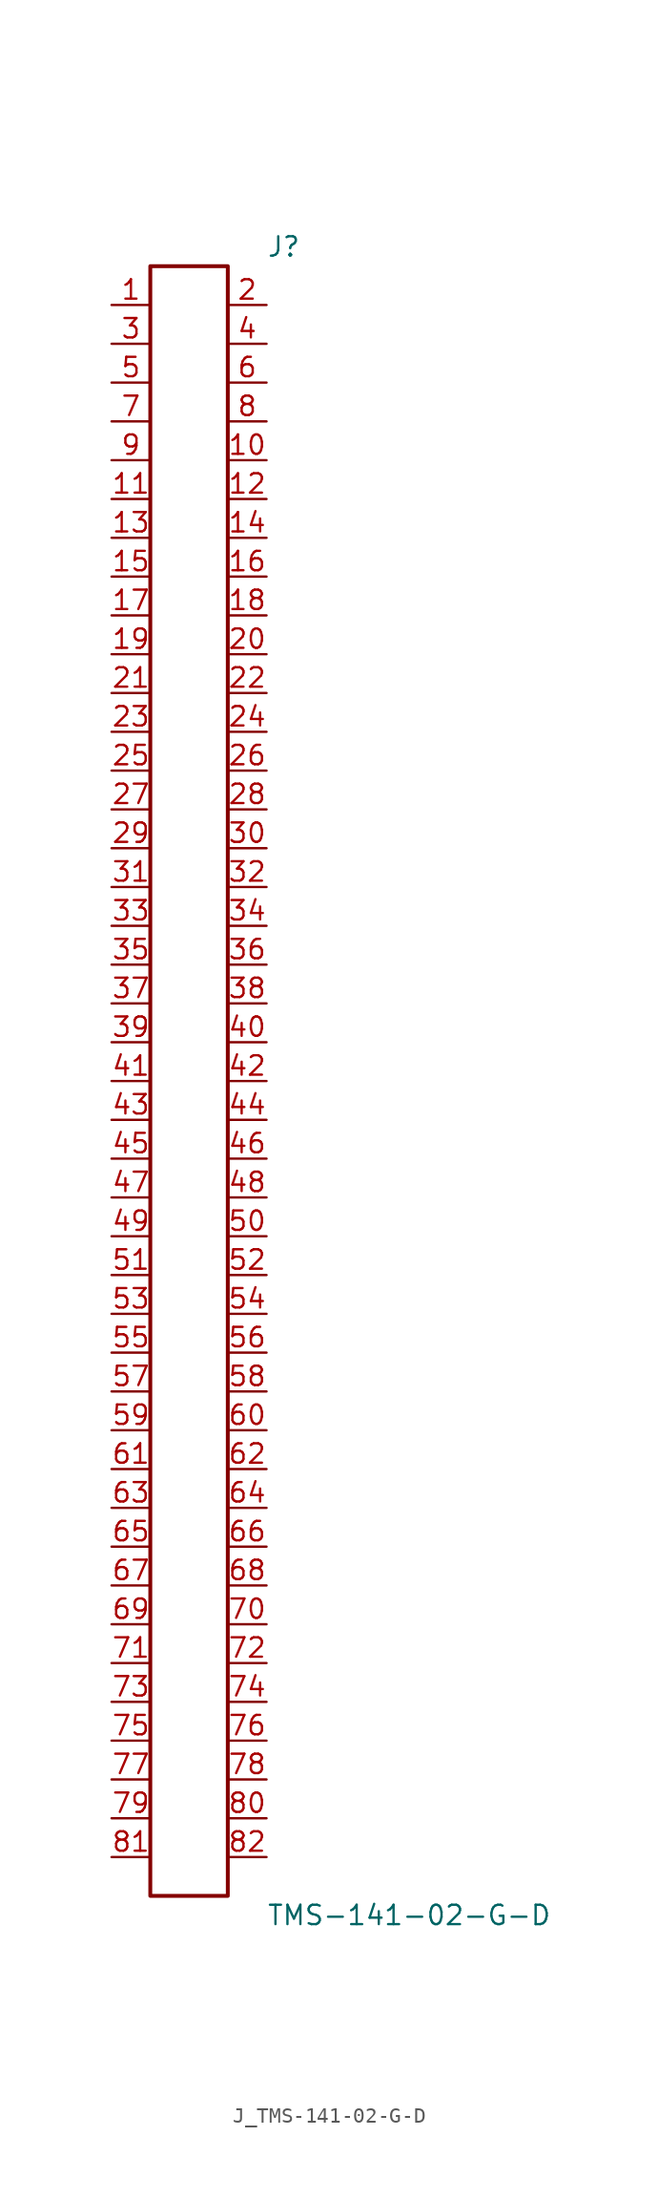
<source format=kicad_sym>
(kicad_symbol_lib
  (version 20231120)
  (generator kicad_symbol_editor)
  (generator_version 8.0)
  (symbol "J_TMS-141-02-G-D"
    (pin_names
      (offset 0.254))
    (property "Reference" "J"
      (at 5.08 54.61 0)
      (effects (font (size 1.27 1.27)) (justify left)))
    (property "Value" "TMS-141-02-G-D"
      (at 5.08 -54.61 0)
      (effects (font (size 1.27 1.27)) (justify left)))
    (symbol "J_TMS-141-02-G-D_0_0"
      (pin unspecified line (at -5.08 50.8 0) (length 2.54) (name "" (effects (font (size 1.27 1.27)))) (number "1" (effects (font (size 1.27 1.27)))))
      (pin unspecified line (at 5.08 50.8 180) (length 2.54) (name "" (effects (font (size 1.27 1.27)))) (number "2" (effects (font (size 1.27 1.27)))))
      (pin unspecified line (at -5.08 48.26 0) (length 2.54) (name "" (effects (font (size 1.27 1.27)))) (number "3" (effects (font (size 1.27 1.27)))))
      (pin unspecified line (at 5.08 48.26 180) (length 2.54) (name "" (effects (font (size 1.27 1.27)))) (number "4" (effects (font (size 1.27 1.27)))))
      (pin unspecified line (at -5.08 45.72 0) (length 2.54) (name "" (effects (font (size 1.27 1.27)))) (number "5" (effects (font (size 1.27 1.27)))))
      (pin unspecified line (at 5.08 45.72 180) (length 2.54) (name "" (effects (font (size 1.27 1.27)))) (number "6" (effects (font (size 1.27 1.27)))))
      (pin unspecified line (at -5.08 43.18 0) (length 2.54) (name "" (effects (font (size 1.27 1.27)))) (number "7" (effects (font (size 1.27 1.27)))))
      (pin unspecified line (at 5.08 43.18 180) (length 2.54) (name "" (effects (font (size 1.27 1.27)))) (number "8" (effects (font (size 1.27 1.27)))))
      (pin unspecified line (at -5.08 40.64 0) (length 2.54) (name "" (effects (font (size 1.27 1.27)))) (number "9" (effects (font (size 1.27 1.27)))))
      (pin unspecified line (at 5.08 40.64 180) (length 2.54) (name "" (effects (font (size 1.27 1.27)))) (number "10" (effects (font (size 1.27 1.27)))))
      (pin unspecified line (at -5.08 38.1 0) (length 2.54) (name "" (effects (font (size 1.27 1.27)))) (number "11" (effects (font (size 1.27 1.27)))))
      (pin unspecified line (at 5.08 38.1 180) (length 2.54) (name "" (effects (font (size 1.27 1.27)))) (number "12" (effects (font (size 1.27 1.27)))))
      (pin unspecified line (at -5.08 35.56 0) (length 2.54) (name "" (effects (font (size 1.27 1.27)))) (number "13" (effects (font (size 1.27 1.27)))))
      (pin unspecified line (at 5.08 35.56 180) (length 2.54) (name "" (effects (font (size 1.27 1.27)))) (number "14" (effects (font (size 1.27 1.27)))))
      (pin unspecified line (at -5.08 33.02 0) (length 2.54) (name "" (effects (font (size 1.27 1.27)))) (number "15" (effects (font (size 1.27 1.27)))))
      (pin unspecified line (at 5.08 33.02 180) (length 2.54) (name "" (effects (font (size 1.27 1.27)))) (number "16" (effects (font (size 1.27 1.27)))))
      (pin unspecified line (at -5.08 30.48 0) (length 2.54) (name "" (effects (font (size 1.27 1.27)))) (number "17" (effects (font (size 1.27 1.27)))))
      (pin unspecified line (at 5.08 30.48 180) (length 2.54) (name "" (effects (font (size 1.27 1.27)))) (number "18" (effects (font (size 1.27 1.27)))))
      (pin unspecified line (at -5.08 27.94 0) (length 2.54) (name "" (effects (font (size 1.27 1.27)))) (number "19" (effects (font (size 1.27 1.27)))))
      (pin unspecified line (at 5.08 27.94 180) (length 2.54) (name "" (effects (font (size 1.27 1.27)))) (number "20" (effects (font (size 1.27 1.27)))))
      (pin unspecified line (at -5.08 25.4 0) (length 2.54) (name "" (effects (font (size 1.27 1.27)))) (number "21" (effects (font (size 1.27 1.27)))))
      (pin unspecified line (at 5.08 25.4 180) (length 2.54) (name "" (effects (font (size 1.27 1.27)))) (number "22" (effects (font (size 1.27 1.27)))))
      (pin unspecified line (at -5.08 22.86 0) (length 2.54) (name "" (effects (font (size 1.27 1.27)))) (number "23" (effects (font (size 1.27 1.27)))))
      (pin unspecified line (at 5.08 22.86 180) (length 2.54) (name "" (effects (font (size 1.27 1.27)))) (number "24" (effects (font (size 1.27 1.27)))))
      (pin unspecified line (at -5.08 20.32 0) (length 2.54) (name "" (effects (font (size 1.27 1.27)))) (number "25" (effects (font (size 1.27 1.27)))))
      (pin unspecified line (at 5.08 20.32 180) (length 2.54) (name "" (effects (font (size 1.27 1.27)))) (number "26" (effects (font (size 1.27 1.27)))))
      (pin unspecified line (at -5.08 17.78 0) (length 2.54) (name "" (effects (font (size 1.27 1.27)))) (number "27" (effects (font (size 1.27 1.27)))))
      (pin unspecified line (at 5.08 17.78 180) (length 2.54) (name "" (effects (font (size 1.27 1.27)))) (number "28" (effects (font (size 1.27 1.27)))))
      (pin unspecified line (at -5.08 15.24 0) (length 2.54) (name "" (effects (font (size 1.27 1.27)))) (number "29" (effects (font (size 1.27 1.27)))))
      (pin unspecified line (at 5.08 15.24 180) (length 2.54) (name "" (effects (font (size 1.27 1.27)))) (number "30" (effects (font (size 1.27 1.27)))))
      (pin unspecified line (at -5.08 12.7 0) (length 2.54) (name "" (effects (font (size 1.27 1.27)))) (number "31" (effects (font (size 1.27 1.27)))))
      (pin unspecified line (at 5.08 12.7 180) (length 2.54) (name "" (effects (font (size 1.27 1.27)))) (number "32" (effects (font (size 1.27 1.27)))))
      (pin unspecified line (at -5.08 10.16 0) (length 2.54) (name "" (effects (font (size 1.27 1.27)))) (number "33" (effects (font (size 1.27 1.27)))))
      (pin unspecified line (at 5.08 10.16 180) (length 2.54) (name "" (effects (font (size 1.27 1.27)))) (number "34" (effects (font (size 1.27 1.27)))))
      (pin unspecified line (at -5.08 7.62 0) (length 2.54) (name "" (effects (font (size 1.27 1.27)))) (number "35" (effects (font (size 1.27 1.27)))))
      (pin unspecified line (at 5.08 7.62 180) (length 2.54) (name "" (effects (font (size 1.27 1.27)))) (number "36" (effects (font (size 1.27 1.27)))))
      (pin unspecified line (at -5.08 5.08 0) (length 2.54) (name "" (effects (font (size 1.27 1.27)))) (number "37" (effects (font (size 1.27 1.27)))))
      (pin unspecified line (at 5.08 5.08 180) (length 2.54) (name "" (effects (font (size 1.27 1.27)))) (number "38" (effects (font (size 1.27 1.27)))))
      (pin unspecified line (at -5.08 2.54 0) (length 2.54) (name "" (effects (font (size 1.27 1.27)))) (number "39" (effects (font (size 1.27 1.27)))))
      (pin unspecified line (at 5.08 2.54 180) (length 2.54) (name "" (effects (font (size 1.27 1.27)))) (number "40" (effects (font (size 1.27 1.27)))))
      (pin unspecified line (at -5.08 0.0 0) (length 2.54) (name "" (effects (font (size 1.27 1.27)))) (number "41" (effects (font (size 1.27 1.27)))))
      (pin unspecified line (at 5.08 0.0 180) (length 2.54) (name "" (effects (font (size 1.27 1.27)))) (number "42" (effects (font (size 1.27 1.27)))))
      (pin unspecified line (at -5.08 -2.54 0) (length 2.54) (name "" (effects (font (size 1.27 1.27)))) (number "43" (effects (font (size 1.27 1.27)))))
      (pin unspecified line (at 5.08 -2.54 180) (length 2.54) (name "" (effects (font (size 1.27 1.27)))) (number "44" (effects (font (size 1.27 1.27)))))
      (pin unspecified line (at -5.08 -5.08 0) (length 2.54) (name "" (effects (font (size 1.27 1.27)))) (number "45" (effects (font (size 1.27 1.27)))))
      (pin unspecified line (at 5.08 -5.08 180) (length 2.54) (name "" (effects (font (size 1.27 1.27)))) (number "46" (effects (font (size 1.27 1.27)))))
      (pin unspecified line (at -5.08 -7.62 0) (length 2.54) (name "" (effects (font (size 1.27 1.27)))) (number "47" (effects (font (size 1.27 1.27)))))
      (pin unspecified line (at 5.08 -7.62 180) (length 2.54) (name "" (effects (font (size 1.27 1.27)))) (number "48" (effects (font (size 1.27 1.27)))))
      (pin unspecified line (at -5.08 -10.16 0) (length 2.54) (name "" (effects (font (size 1.27 1.27)))) (number "49" (effects (font (size 1.27 1.27)))))
      (pin unspecified line (at 5.08 -10.16 180) (length 2.54) (name "" (effects (font (size 1.27 1.27)))) (number "50" (effects (font (size 1.27 1.27)))))
      (pin unspecified line (at -5.08 -12.7 0) (length 2.54) (name "" (effects (font (size 1.27 1.27)))) (number "51" (effects (font (size 1.27 1.27)))))
      (pin unspecified line (at 5.08 -12.7 180) (length 2.54) (name "" (effects (font (size 1.27 1.27)))) (number "52" (effects (font (size 1.27 1.27)))))
      (pin unspecified line (at -5.08 -15.24 0) (length 2.54) (name "" (effects (font (size 1.27 1.27)))) (number "53" (effects (font (size 1.27 1.27)))))
      (pin unspecified line (at 5.08 -15.24 180) (length 2.54) (name "" (effects (font (size 1.27 1.27)))) (number "54" (effects (font (size 1.27 1.27)))))
      (pin unspecified line (at -5.08 -17.78 0) (length 2.54) (name "" (effects (font (size 1.27 1.27)))) (number "55" (effects (font (size 1.27 1.27)))))
      (pin unspecified line (at 5.08 -17.78 180) (length 2.54) (name "" (effects (font (size 1.27 1.27)))) (number "56" (effects (font (size 1.27 1.27)))))
      (pin unspecified line (at -5.08 -20.32 0) (length 2.54) (name "" (effects (font (size 1.27 1.27)))) (number "57" (effects (font (size 1.27 1.27)))))
      (pin unspecified line (at 5.08 -20.32 180) (length 2.54) (name "" (effects (font (size 1.27 1.27)))) (number "58" (effects (font (size 1.27 1.27)))))
      (pin unspecified line (at -5.08 -22.86 0) (length 2.54) (name "" (effects (font (size 1.27 1.27)))) (number "59" (effects (font (size 1.27 1.27)))))
      (pin unspecified line (at 5.08 -22.86 180) (length 2.54) (name "" (effects (font (size 1.27 1.27)))) (number "60" (effects (font (size 1.27 1.27)))))
      (pin unspecified line (at -5.08 -25.4 0) (length 2.54) (name "" (effects (font (size 1.27 1.27)))) (number "61" (effects (font (size 1.27 1.27)))))
      (pin unspecified line (at 5.08 -25.4 180) (length 2.54) (name "" (effects (font (size 1.27 1.27)))) (number "62" (effects (font (size 1.27 1.27)))))
      (pin unspecified line (at -5.08 -27.94 0) (length 2.54) (name "" (effects (font (size 1.27 1.27)))) (number "63" (effects (font (size 1.27 1.27)))))
      (pin unspecified line (at 5.08 -27.94 180) (length 2.54) (name "" (effects (font (size 1.27 1.27)))) (number "64" (effects (font (size 1.27 1.27)))))
      (pin unspecified line (at -5.08 -30.48 0) (length 2.54) (name "" (effects (font (size 1.27 1.27)))) (number "65" (effects (font (size 1.27 1.27)))))
      (pin unspecified line (at 5.08 -30.48 180) (length 2.54) (name "" (effects (font (size 1.27 1.27)))) (number "66" (effects (font (size 1.27 1.27)))))
      (pin unspecified line (at -5.08 -33.02 0) (length 2.54) (name "" (effects (font (size 1.27 1.27)))) (number "67" (effects (font (size 1.27 1.27)))))
      (pin unspecified line (at 5.08 -33.02 180) (length 2.54) (name "" (effects (font (size 1.27 1.27)))) (number "68" (effects (font (size 1.27 1.27)))))
      (pin unspecified line (at -5.08 -35.56 0) (length 2.54) (name "" (effects (font (size 1.27 1.27)))) (number "69" (effects (font (size 1.27 1.27)))))
      (pin unspecified line (at 5.08 -35.56 180) (length 2.54) (name "" (effects (font (size 1.27 1.27)))) (number "70" (effects (font (size 1.27 1.27)))))
      (pin unspecified line (at -5.08 -38.1 0) (length 2.54) (name "" (effects (font (size 1.27 1.27)))) (number "71" (effects (font (size 1.27 1.27)))))
      (pin unspecified line (at 5.08 -38.1 180) (length 2.54) (name "" (effects (font (size 1.27 1.27)))) (number "72" (effects (font (size 1.27 1.27)))))
      (pin unspecified line (at -5.08 -40.64 0) (length 2.54) (name "" (effects (font (size 1.27 1.27)))) (number "73" (effects (font (size 1.27 1.27)))))
      (pin unspecified line (at 5.08 -40.64 180) (length 2.54) (name "" (effects (font (size 1.27 1.27)))) (number "74" (effects (font (size 1.27 1.27)))))
      (pin unspecified line (at -5.08 -43.18 0) (length 2.54) (name "" (effects (font (size 1.27 1.27)))) (number "75" (effects (font (size 1.27 1.27)))))
      (pin unspecified line (at 5.08 -43.18 180) (length 2.54) (name "" (effects (font (size 1.27 1.27)))) (number "76" (effects (font (size 1.27 1.27)))))
      (pin unspecified line (at -5.08 -45.72 0) (length 2.54) (name "" (effects (font (size 1.27 1.27)))) (number "77" (effects (font (size 1.27 1.27)))))
      (pin unspecified line (at 5.08 -45.72 180) (length 2.54) (name "" (effects (font (size 1.27 1.27)))) (number "78" (effects (font (size 1.27 1.27)))))
      (pin unspecified line (at -5.08 -48.26 0) (length 2.54) (name "" (effects (font (size 1.27 1.27)))) (number "79" (effects (font (size 1.27 1.27)))))
      (pin unspecified line (at 5.08 -48.26 180) (length 2.54) (name "" (effects (font (size 1.27 1.27)))) (number "80" (effects (font (size 1.27 1.27)))))
      (pin unspecified line (at -5.08 -50.8 0) (length 2.54) (name "" (effects (font (size 1.27 1.27)))) (number "81" (effects (font (size 1.27 1.27)))))
      (pin unspecified line (at 5.08 -50.8 180) (length 2.54) (name "" (effects (font (size 1.27 1.27)))) (number "82" (effects (font (size 1.27 1.27))))))
    (symbol "J_TMS-141-02-G-D_1_0"
      (rectangle (start -2.54 53.34) (end 2.54 -53.34) (stroke (width 0.254) (type solid)) (fill (type none))))))
</source>
